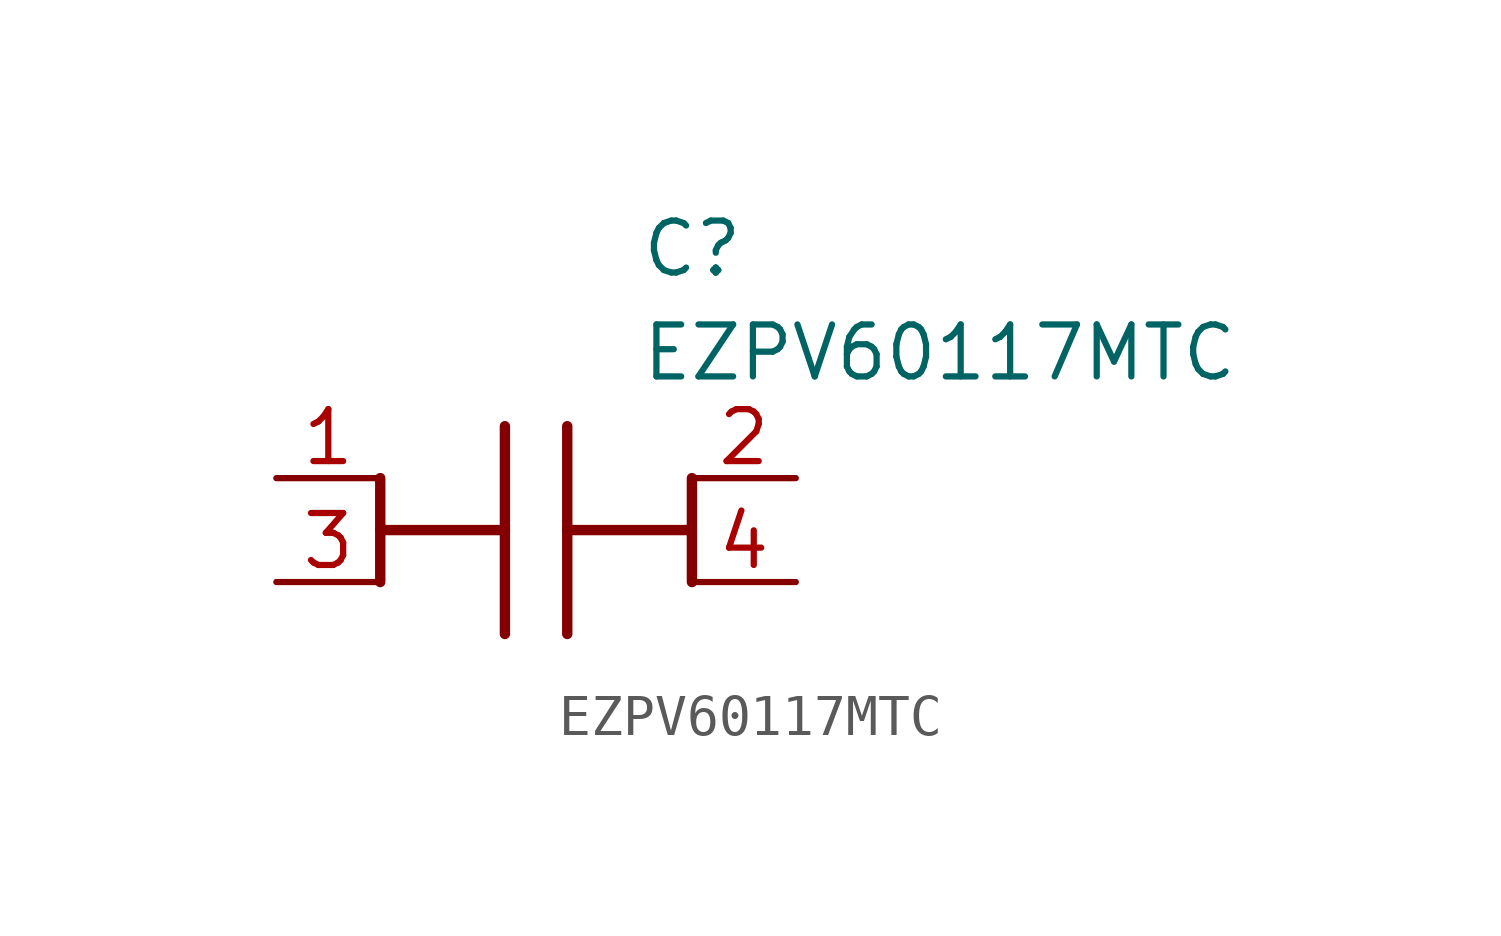
<source format=kicad_sym>
(kicad_symbol_lib
  (version 20211014)
  (generator SamacSys_ECAD_Model)
  (symbol "EZPV60117MTC"
    (pin_names hide)
    (property "Reference" "C"
      (at 8.89 7.62 0)
      (effects (font (size 1.27 1.27)) (justify left top)))
    (property "Value" "EZPV60117MTC"
      (at 8.89 5.08 0)
      (effects (font (size 1.27 1.27)) (justify left top)))
    (polyline
      (pts (xy 5.588 2.54) (xy 5.588 -2.54))
      (stroke (width 0.254) (type default))
      (fill (type none)))
    (polyline
      (pts (xy 7.112 2.54) (xy 7.112 -2.54))
      (stroke (width 0.254) (type default))
      (fill (type none)))
    (polyline
      (pts (xy 2.54 0) (xy 5.588 0))
      (stroke (width 0.254) (type default))
      (fill (type none)))
    (polyline
      (pts (xy 10.16 0) (xy 7.112 0))
      (stroke (width 0.254) (type default))
      (fill (type none)))
    (polyline
      (pts (xy 2.54 1.27) (xy 2.54 -1.27))
      (stroke (width 0.254) (type default))
      (fill (type none)))
    (polyline
      (pts (xy 10.16 1.27) (xy 10.16 -1.27))
      (stroke (width 0.254) (type default))
      (fill (type none)))
    (pin passive line
      (at 0 1.27 0)
      (length 2.54)
      (name "1" (effects (font (size 1.27 1.27))))
      (number "1" (effects (font (size 1.27 1.27)))))
    (pin passive line
      (at 12.7 1.27 180)
      (length 2.54)
      (name "2" (effects (font (size 1.27 1.27))))
      (number "2" (effects (font (size 1.27 1.27)))))
    (pin passive line
      (at 0 -1.27 0)
      (length 2.54)
      (name "3" (effects (font (size 1.27 1.27))))
      (number "3" (effects (font (size 1.27 1.27)))))
    (pin passive line
      (at 12.7 -1.27 180)
      (length 2.54)
      (name "4" (effects (font (size 1.27 1.27))))
      (number "4" (effects (font (size 1.27 1.27)))))))
</source>
